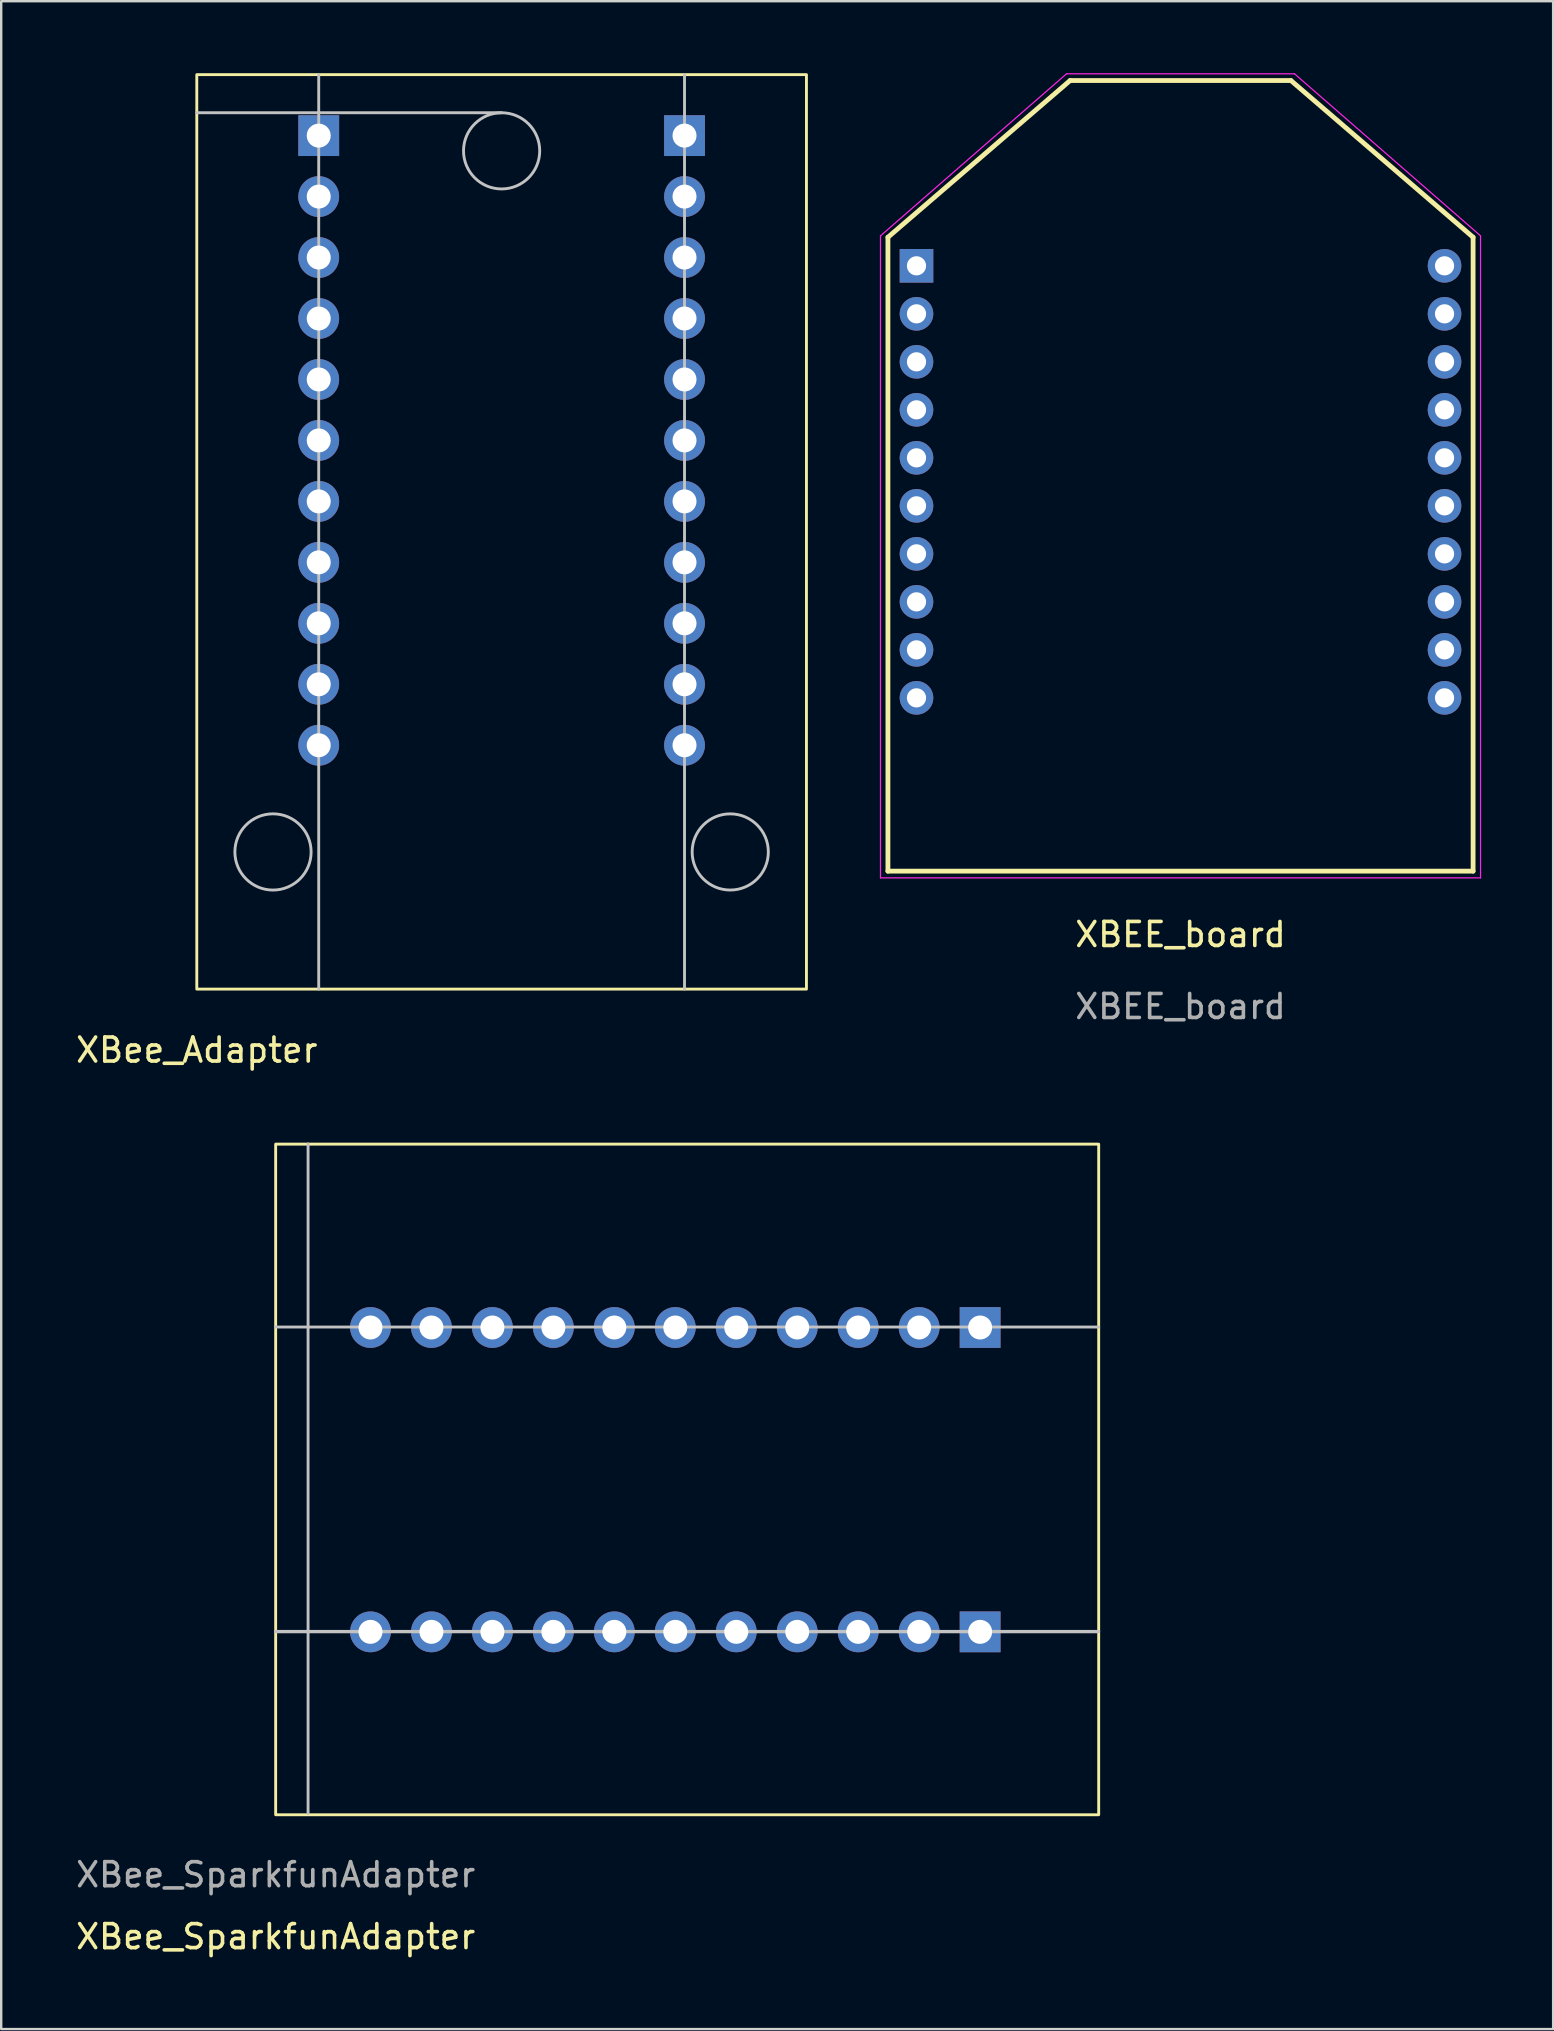
<source format=kicad_pcb>
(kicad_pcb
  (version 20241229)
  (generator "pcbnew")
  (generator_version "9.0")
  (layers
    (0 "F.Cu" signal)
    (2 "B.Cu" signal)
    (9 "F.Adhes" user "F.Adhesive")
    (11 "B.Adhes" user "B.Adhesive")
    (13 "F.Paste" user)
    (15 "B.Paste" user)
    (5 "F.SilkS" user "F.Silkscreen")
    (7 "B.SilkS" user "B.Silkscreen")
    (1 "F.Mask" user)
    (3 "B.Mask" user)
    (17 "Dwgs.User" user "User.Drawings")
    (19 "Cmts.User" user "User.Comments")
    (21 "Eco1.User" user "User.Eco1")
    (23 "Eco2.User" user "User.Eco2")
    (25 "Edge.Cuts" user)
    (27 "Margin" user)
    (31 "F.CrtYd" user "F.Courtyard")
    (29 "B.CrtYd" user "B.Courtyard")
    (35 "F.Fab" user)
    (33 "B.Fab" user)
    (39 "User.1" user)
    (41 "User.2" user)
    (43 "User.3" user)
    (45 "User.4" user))
  (footprint "XBee_SparkfunAdapter"
    (layer "F.Cu")
    (at 8.435 72.558)
    (property "Reference" "XBee_SparkfunAdapter" (at 0 5.08 0) (unlocked yes) (layer "F.SilkS") (effects (font (size 1 1) (thickness 0.15))))
    (attr through_hole)
    (fp_rect (start 0 0) (end 34.29 -27.94) (stroke (width 0.12) (type solid)) (fill no) (layer "F.SilkS"))
    (fp_line (start 0 -20.32) (end 34.29 -20.32) (stroke (width 0.12) (type solid)) (layer "Dwgs.User"))
    (fp_line (start 0 -7.64) (end 34.29 -7.64) (stroke (width 0.12) (type solid)) (layer "Dwgs.User"))
    (fp_line (start 0 -7.62) (end 34.29 -7.62) (stroke (width 0.12) (type solid)) (layer "Dwgs.User"))
    (fp_line (start 1.35 -27.95) (end 1.35 -0.05) (stroke (width 0.12) (type solid)) (layer "Dwgs.User"))
    (fp_text user "${REFERENCE}" (at 0 2.5 0) (unlocked yes) (layer "F.Fab") (effects (font (size 1 1) (thickness 0.15))))
    (pad "1" thru_hole rect (at 29.35 -20.3 270) (size 1.7 1.7) (drill 1) (layers "*.Cu" "*.Mask"))
    (pad "2" thru_hole oval (at 26.81 -20.3 270) (size 1.7 1.7) (drill 1) (layers "*.Cu" "*.Mask"))
    (pad "3" thru_hole oval (at 24.27 -20.3 270) (size 1.7 1.7) (drill 1) (layers "*.Cu" "*.Mask"))
    (pad "4" thru_hole oval (at 21.73 -20.3 270) (size 1.7 1.7) (drill 1) (layers "*.Cu" "*.Mask"))
    (pad "5" thru_hole oval (at 19.19 -20.3 270) (size 1.7 1.7) (drill 1) (layers "*.Cu" "*.Mask"))
    (pad "6" thru_hole oval (at 16.65 -20.3 270) (size 1.7 1.7) (drill 1) (layers "*.Cu" "*.Mask"))
    (pad "7" thru_hole oval (at 14.11 -20.3 270) (size 1.7 1.7) (drill 1) (layers "*.Cu" "*.Mask"))
    (pad "8" thru_hole oval (at 11.57 -20.3 270) (size 1.7 1.7) (drill 1) (layers "*.Cu" "*.Mask"))
    (pad "9" thru_hole oval (at 9.03 -20.3 270) (size 1.7 1.7) (drill 1) (layers "*.Cu" "*.Mask"))
    (pad "10" thru_hole oval (at 6.49 -20.3 270) (size 1.7 1.7) (drill 1) (layers "*.Cu" "*.Mask"))
    (pad "11" thru_hole oval (at 3.95 -20.3 270) (size 1.7 1.7) (drill 1) (layers "*.Cu" "*.Mask"))
    (pad "12" thru_hole rect (at 29.35 -7.62 270) (size 1.7 1.7) (drill 1) (layers "*.Cu" "*.Mask"))
    (pad "13" thru_hole oval (at 26.81 -7.62 270) (size 1.7 1.7) (drill 1) (layers "*.Cu" "*.Mask"))
    (pad "14" thru_hole oval (at 24.27 -7.62 270) (size 1.7 1.7) (drill 1) (layers "*.Cu" "*.Mask"))
    (pad "15" thru_hole oval (at 21.73 -7.62 270) (size 1.7 1.7) (drill 1) (layers "*.Cu" "*.Mask"))
    (pad "16" thru_hole oval (at 19.19 -7.62 270) (size 1.7 1.7) (drill 1) (layers "*.Cu" "*.Mask"))
    (pad "17" thru_hole oval (at 16.65 -7.62 270) (size 1.7 1.7) (drill 1) (layers "*.Cu" "*.Mask"))
    (pad "18" thru_hole oval (at 14.11 -7.62 270) (size 1.7 1.7) (drill 1) (layers "*.Cu" "*.Mask"))
    (pad "19" thru_hole oval (at 11.57 -7.62 270) (size 1.7 1.7) (drill 1) (layers "*.Cu" "*.Mask"))
    (pad "20" thru_hole oval (at 9.03 -7.62 270) (size 1.7 1.7) (drill 1) (layers "*.Cu" "*.Mask"))
    (pad "21" thru_hole oval (at 6.49 -7.62 270) (size 1.7 1.7) (drill 1) (layers "*.Cu" "*.Mask"))
    (pad "22" thru_hole oval (at 3.95 -7.62 270) (size 1.7 1.7) (drill 1) (layers "*.Cu" "*.Mask")))
  (footprint "XBee_Adapter"
    (layer "F.Cu")
    (at 5.149 38.16)
    (property "Reference" "XBee_Adapter" (at 0 2.54 0) (unlocked yes) (layer "F.SilkS") (effects (font (size 1 1) (thickness 0.15))))
    (attr through_hole)
    (fp_rect (start 0 0) (end 25.4 -38.1) (stroke (width 0.12) (type solid)) (fill no) (layer "F.SilkS"))
    (fp_line (start 5.08 -38.1) (end 5.08 0) (stroke (width 0.12) (type solid)) (layer "Dwgs.User"))
    (fp_line (start 12.7 -36.513) (end 0 -36.513) (stroke (width 0.12) (type solid)) (layer "Dwgs.User"))
    (fp_line (start 20.32 -38.1) (end 20.32 0) (stroke (width 0.12) (type solid)) (layer "Dwgs.User"))
    (fp_circle (center 3.175 -5.715) (end 4.763 -5.715) (stroke (width 0.12) (type solid)) (fill no) (layer "Dwgs.User"))
    (fp_circle (center 12.7 -34.925) (end 14.287 -34.925) (stroke (width 0.12) (type solid)) (fill no) (layer "Dwgs.User"))
    (fp_circle (center 22.225 -5.715) (end 23.812 -5.715) (stroke (width 0.12) (type solid)) (fill no) (layer "Dwgs.User"))
    (pad "1" thru_hole rect (at 5.08 -35.56) (size 1.7 1.7) (drill 1) (layers "*.Cu" "*.Mask"))
    (pad "2" thru_hole oval (at 5.08 -33.02) (size 1.7 1.7) (drill 1) (layers "*.Cu" "*.Mask"))
    (pad "3" thru_hole oval (at 5.08 -30.48) (size 1.7 1.7) (drill 1) (layers "*.Cu" "*.Mask"))
    (pad "4" thru_hole oval (at 5.08 -27.94) (size 1.7 1.7) (drill 1) (layers "*.Cu" "*.Mask"))
    (pad "5" thru_hole oval (at 5.08 -25.4) (size 1.7 1.7) (drill 1) (layers "*.Cu" "*.Mask"))
    (pad "6" thru_hole oval (at 5.08 -22.86) (size 1.7 1.7) (drill 1) (layers "*.Cu" "*.Mask"))
    (pad "7" thru_hole oval (at 5.08 -20.32) (size 1.7 1.7) (drill 1) (layers "*.Cu" "*.Mask"))
    (pad "8" thru_hole oval (at 5.08 -17.78) (size 1.7 1.7) (drill 1) (layers "*.Cu" "*.Mask"))
    (pad "9" thru_hole oval (at 5.08 -15.24) (size 1.7 1.7) (drill 1) (layers "*.Cu" "*.Mask"))
    (pad "10" thru_hole oval (at 5.08 -12.7) (size 1.7 1.7) (drill 1) (layers "*.Cu" "*.Mask"))
    (pad "11" thru_hole oval (at 5.08 -10.16) (size 1.7 1.7) (drill 1) (layers "*.Cu" "*.Mask"))
    (pad "12" thru_hole oval (at 20.32 -10.16) (size 1.7 1.7) (drill 1) (layers "*.Cu" "*.Mask"))
    (pad "13" thru_hole oval (at 20.32 -12.7) (size 1.7 1.7) (drill 1) (layers "*.Cu" "*.Mask"))
    (pad "14" thru_hole oval (at 20.32 -15.24) (size 1.7 1.7) (drill 1) (layers "*.Cu" "*.Mask"))
    (pad "15" thru_hole oval (at 20.32 -17.78) (size 1.7 1.7) (drill 1) (layers "*.Cu" "*.Mask"))
    (pad "16" thru_hole oval (at 20.32 -20.32) (size 1.7 1.7) (drill 1) (layers "*.Cu" "*.Mask"))
    (pad "17" thru_hole oval (at 20.32 -22.86) (size 1.7 1.7) (drill 1) (layers "*.Cu" "*.Mask"))
    (pad "18" thru_hole oval (at 20.32 -25.4) (size 1.7 1.7) (drill 1) (layers "*.Cu" "*.Mask"))
    (pad "19" thru_hole oval (at 20.32 -27.94) (size 1.7 1.7) (drill 1) (layers "*.Cu" "*.Mask"))
    (pad "20" thru_hole oval (at 20.32 -30.48) (size 1.7 1.7) (drill 1) (layers "*.Cu" "*.Mask"))
    (pad "21" thru_hole oval (at 20.32 -33.02) (size 1.7 1.7) (drill 1) (layers "*.Cu" "*.Mask"))
    (pad "22" thru_hole rect (at 20.32 -35.56) (size 1.7 1.7) (drill 1) (layers "*.Cu" "*.Mask")))
  (footprint "XBEE_board"
    (layer "F.Cu")
    (at 46.134 16.025)
    (property "Reference" "XBEE_board" (at 0 19.86 0) (unlocked yes) (layer "F.SilkS") (effects (font (size 1 1) (thickness 0.15))))
    (attr through_hole)
    (fp_line (start -12.19 -9.19) (end -4.6 -15.72) (stroke (width 0.2) (type solid)) (layer "F.SilkS"))
    (fp_line (start -12.19 17.22) (end -12.19 -9.19) (stroke (width 0.2) (type solid)) (layer "F.SilkS"))
    (fp_line (start -4.6 -15.72) (end 4.6 -15.72) (stroke (width 0.2) (type solid)) (layer "F.SilkS"))
    (fp_line (start 12.19 -9.19) (end 4.6 -15.72) (stroke (width 0.2) (type solid)) (layer "F.SilkS"))
    (fp_line (start 12.19 -9.19) (end 12.19 17.22) (stroke (width 0.2) (type solid)) (layer "F.SilkS"))
    (fp_line (start 12.19 17.22) (end -12.19 17.22) (stroke (width 0.2) (type solid)) (layer "F.SilkS"))
    (fp_line (start -12.5 -9.25) (end -4.75 -16) (stroke (width 0.05) (type solid)) (layer "F.CrtYd"))
    (fp_line (start -12.5 17.5) (end -12.5 -9.25) (stroke (width 0.05) (type solid)) (layer "F.CrtYd"))
    (fp_line (start -4.75 -16) (end 4.75 -16) (stroke (width 0.05) (type solid)) (layer "F.CrtYd"))
    (fp_line (start 4.75 -16) (end 12.5 -9.25) (stroke (width 0.05) (type solid)) (layer "F.CrtYd"))
    (fp_line (start 12.5 -9.25) (end 12.5 17.5) (stroke (width 0.05) (type solid)) (layer "F.CrtYd"))
    (fp_line (start 12.5 17.5) (end -12.5 17.5) (stroke (width 0.05) (type solid)) (layer "F.CrtYd"))
    (fp_text user "${REFERENCE}" (at 0 22.86 0) (unlocked yes) (layer "F.Fab") (effects (font (size 1 1) (thickness 0.15))))
    (pad "1" thru_hole rect (at -11 -8) (size 1.4 1.4) (drill 0.8) (layers "*.Cu" "*.Mask"))
    (pad "2" thru_hole circle (at -11 -6) (size 1.4 1.4) (drill 0.8) (layers "*.Cu" "*.Mask"))
    (pad "3" thru_hole circle (at -11 -4) (size 1.4 1.4) (drill 0.8) (layers "*.Cu" "*.Mask"))
    (pad "4" thru_hole circle (at -11 -2) (size 1.4 1.4) (drill 0.8) (layers "*.Cu" "*.Mask"))
    (pad "5" thru_hole circle (at -11 0) (size 1.4 1.4) (drill 0.8) (layers "*.Cu" "*.Mask"))
    (pad "6" thru_hole circle (at -11 2) (size 1.4 1.4) (drill 0.8) (layers "*.Cu" "*.Mask"))
    (pad "7" thru_hole circle (at -11 4) (size 1.4 1.4) (drill 0.8) (layers "*.Cu" "*.Mask"))
    (pad "8" thru_hole circle (at -11 6) (size 1.4 1.4) (drill 0.8) (layers "*.Cu" "*.Mask"))
    (pad "9" thru_hole circle (at -11 8) (size 1.4 1.4) (drill 0.8) (layers "*.Cu" "*.Mask"))
    (pad "10" thru_hole circle (at -11 10) (size 1.4 1.4) (drill 0.8) (layers "*.Cu" "*.Mask"))
    (pad "11" thru_hole circle (at 11 10) (size 1.4 1.4) (drill 0.8) (layers "*.Cu" "*.Mask"))
    (pad "12" thru_hole circle (at 11 8) (size 1.4 1.4) (drill 0.8) (layers "*.Cu" "*.Mask"))
    (pad "13" thru_hole circle (at 11 6) (size 1.4 1.4) (drill 0.8) (layers "*.Cu" "*.Mask"))
    (pad "14" thru_hole circle (at 11 4) (size 1.4 1.4) (drill 0.8) (layers "*.Cu" "*.Mask"))
    (pad "15" thru_hole circle (at 11 2) (size 1.4 1.4) (drill 0.8) (layers "*.Cu" "*.Mask"))
    (pad "16" thru_hole circle (at 11 0) (size 1.4 1.4) (drill 0.8) (layers "*.Cu" "*.Mask"))
    (pad "17" thru_hole circle (at 11 -2) (size 1.4 1.4) (drill 0.8) (layers "*.Cu" "*.Mask"))
    (pad "18" thru_hole circle (at 11 -4) (size 1.4 1.4) (drill 0.8) (layers "*.Cu" "*.Mask"))
    (pad "19" thru_hole circle (at 11 -6) (size 1.4 1.4) (drill 0.8) (layers "*.Cu" "*.Mask"))
    (pad "20" thru_hole circle (at 11 -8) (size 1.4 1.4) (drill 0.8) (layers "*.Cu" "*.Mask")))
  (gr_rect
    (start -3 -3)
    (end 61.659 81.487)
    (stroke (width 0.1) (type default))
    (fill no)
    (layer "Edge.Cuts")))
</source>
